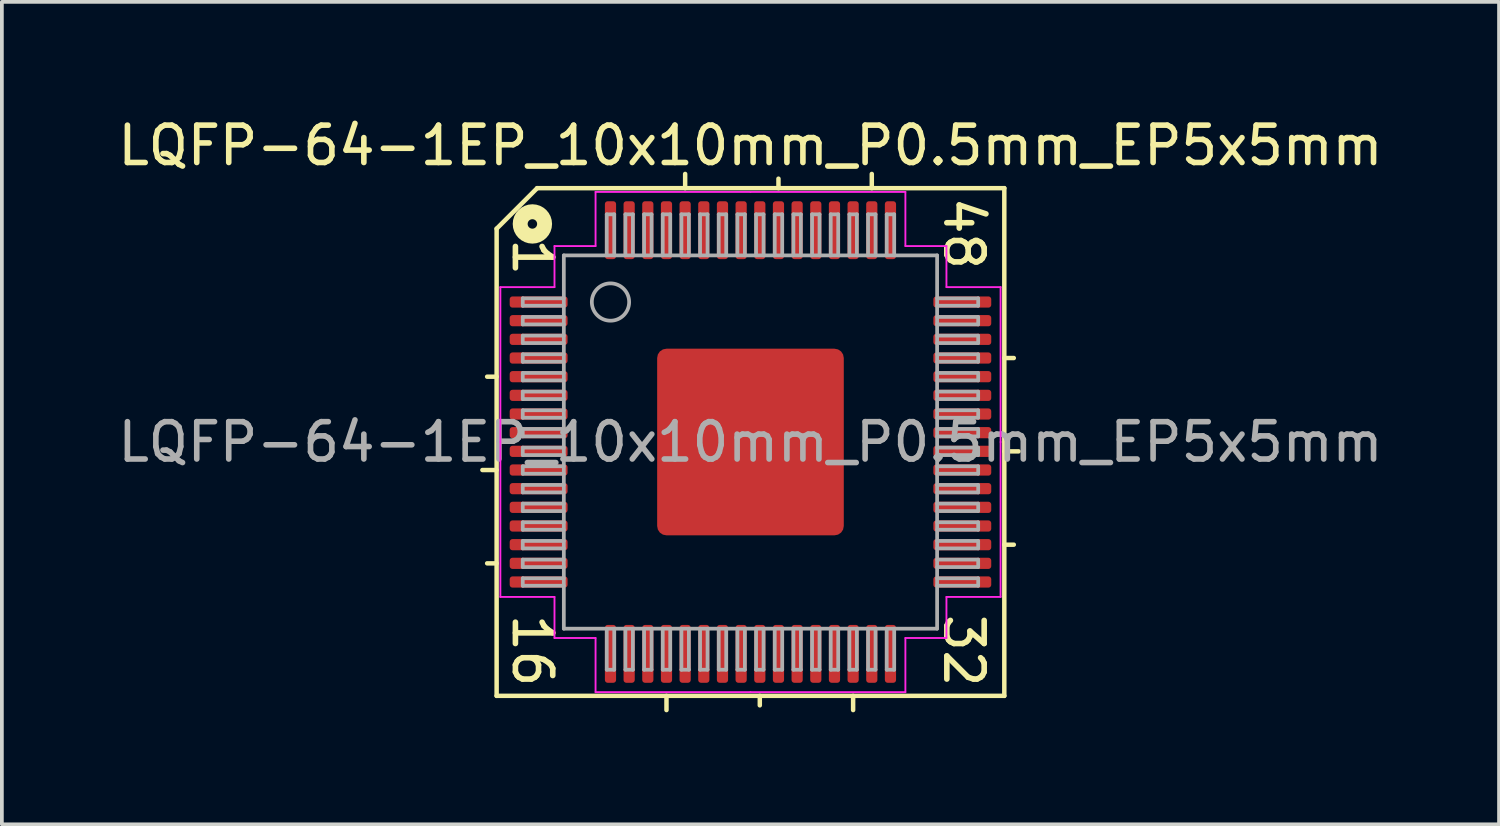
<source format=kicad_pcb>
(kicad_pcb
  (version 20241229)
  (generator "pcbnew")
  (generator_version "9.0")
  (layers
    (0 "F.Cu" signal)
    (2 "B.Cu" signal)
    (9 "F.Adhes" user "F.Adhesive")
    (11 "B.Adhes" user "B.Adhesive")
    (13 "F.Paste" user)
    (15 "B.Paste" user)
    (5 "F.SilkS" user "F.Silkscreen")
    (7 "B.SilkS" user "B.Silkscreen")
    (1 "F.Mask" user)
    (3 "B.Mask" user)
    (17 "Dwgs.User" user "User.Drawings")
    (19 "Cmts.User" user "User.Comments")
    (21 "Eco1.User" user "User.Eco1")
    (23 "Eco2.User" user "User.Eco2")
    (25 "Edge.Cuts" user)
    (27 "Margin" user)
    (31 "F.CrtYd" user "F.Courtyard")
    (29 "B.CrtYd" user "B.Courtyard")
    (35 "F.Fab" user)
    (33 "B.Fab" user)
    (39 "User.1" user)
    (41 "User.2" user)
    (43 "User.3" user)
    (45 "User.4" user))
  (footprint "LQFP-64-1EP_10x10mm_P0.5mm_EP5x5mm"
    (layer "F.Cu")
    (at 17.054 8.791)
    (property "Reference" "LQFP-64-1EP_10x10mm_P0.5mm_EP5x5mm" (at 0 -7.943 0) (layer "F.SilkS") (effects (font (size 1 1) (thickness 0.15))))
    (attr smd)
    (fp_line (start -6.8 -5.715) (end -6.8 6.8) (stroke (width 0.12) (type solid)) (layer "F.SilkS"))
    (fp_line (start -6.8 -1.75) (end -7.054 -1.75) (stroke (width 0.12) (type solid)) (layer "F.SilkS"))
    (fp_line (start -6.8 0.75) (end -7.181 0.75) (stroke (width 0.12) (type solid)) (layer "F.SilkS"))
    (fp_line (start -6.8 3.25) (end -7.054 3.25) (stroke (width 0.12) (type solid)) (layer "F.SilkS"))
    (fp_line (start -6.8 6.8) (end 6.8 6.8) (stroke (width 0.12) (type solid)) (layer "F.SilkS"))
    (fp_line (start -5.715 -6.8) (end -6.8 -5.715) (stroke (width 0.12) (type solid)) (layer "F.SilkS"))
    (fp_line (start -2.25 6.8) (end -2.25 7.181) (stroke (width 0.12) (type solid)) (layer "F.SilkS"))
    (fp_line (start -1.75 -6.8) (end -1.75 -7.181) (stroke (width 0.12) (type solid)) (layer "F.SilkS"))
    (fp_line (start 0.25 6.8) (end 0.25 7.054) (stroke (width 0.12) (type solid)) (layer "F.SilkS"))
    (fp_line (start 0.75 -6.8) (end 0.75 -7.054) (stroke (width 0.12) (type solid)) (layer "F.SilkS"))
    (fp_line (start 2.75 7.181) (end 2.75 6.8) (stroke (width 0.12) (type solid)) (layer "F.SilkS"))
    (fp_line (start 3.25 -6.8) (end 3.25 -7.181) (stroke (width 0.12) (type solid)) (layer "F.SilkS"))
    (fp_line (start 6.8 -6.8) (end -5.715 -6.8) (stroke (width 0.12) (type solid)) (layer "F.SilkS"))
    (fp_line (start 6.8 -2.25) (end 7.054 -2.25) (stroke (width 0.12) (type solid)) (layer "F.SilkS"))
    (fp_line (start 6.8 0.25) (end 7.181 0.25) (stroke (width 0.12) (type solid)) (layer "F.SilkS"))
    (fp_line (start 6.8 2.75) (end 7.054 2.75) (stroke (width 0.12) (type solid)) (layer "F.SilkS"))
    (fp_line (start 6.8 6.8) (end 6.8 -6.8) (stroke (width 0.12) (type solid)) (layer "F.SilkS"))
    (fp_circle (center -5.842 -5.842) (end -5.715 -5.842) (stroke (width 0.4) (type solid)) (fill no) (layer "F.SilkS"))
    (fp_line (start -6.7 -4.15) (end -6.7 0) (stroke (width 0.05) (type solid)) (layer "F.CrtYd"))
    (fp_line (start -6.7 4.15) (end -6.7 0) (stroke (width 0.05) (type solid)) (layer "F.CrtYd"))
    (fp_line (start -5.25 -5.25) (end -5.25 -4.15) (stroke (width 0.05) (type solid)) (layer "F.CrtYd"))
    (fp_line (start -5.25 -4.15) (end -6.7 -4.15) (stroke (width 0.05) (type solid)) (layer "F.CrtYd"))
    (fp_line (start -5.25 4.15) (end -6.7 4.15) (stroke (width 0.05) (type solid)) (layer "F.CrtYd"))
    (fp_line (start -5.25 5.25) (end -5.25 4.15) (stroke (width 0.05) (type solid)) (layer "F.CrtYd"))
    (fp_line (start -4.15 -6.7) (end -4.15 -5.25) (stroke (width 0.05) (type solid)) (layer "F.CrtYd"))
    (fp_line (start -4.15 -5.25) (end -5.25 -5.25) (stroke (width 0.05) (type solid)) (layer "F.CrtYd"))
    (fp_line (start -4.15 5.25) (end -5.25 5.25) (stroke (width 0.05) (type solid)) (layer "F.CrtYd"))
    (fp_line (start -4.15 6.7) (end -4.15 5.25) (stroke (width 0.05) (type solid)) (layer "F.CrtYd"))
    (fp_line (start 0 -6.7) (end -4.15 -6.7) (stroke (width 0.05) (type solid)) (layer "F.CrtYd"))
    (fp_line (start 0 -6.7) (end 4.15 -6.7) (stroke (width 0.05) (type solid)) (layer "F.CrtYd"))
    (fp_line (start 0 6.7) (end -4.15 6.7) (stroke (width 0.05) (type solid)) (layer "F.CrtYd"))
    (fp_line (start 0 6.7) (end 4.15 6.7) (stroke (width 0.05) (type solid)) (layer "F.CrtYd"))
    (fp_line (start 4.15 -6.7) (end 4.15 -5.25) (stroke (width 0.05) (type solid)) (layer "F.CrtYd"))
    (fp_line (start 4.15 -5.25) (end 5.25 -5.25) (stroke (width 0.05) (type solid)) (layer "F.CrtYd"))
    (fp_line (start 4.15 5.25) (end 5.25 5.25) (stroke (width 0.05) (type solid)) (layer "F.CrtYd"))
    (fp_line (start 4.15 6.7) (end 4.15 5.25) (stroke (width 0.05) (type solid)) (layer "F.CrtYd"))
    (fp_line (start 5.25 -5.25) (end 5.25 -4.15) (stroke (width 0.05) (type solid)) (layer "F.CrtYd"))
    (fp_line (start 5.25 -4.15) (end 6.7 -4.15) (stroke (width 0.05) (type solid)) (layer "F.CrtYd"))
    (fp_line (start 5.25 4.15) (end 6.7 4.15) (stroke (width 0.05) (type solid)) (layer "F.CrtYd"))
    (fp_line (start 5.25 5.25) (end 5.25 4.15) (stroke (width 0.05) (type solid)) (layer "F.CrtYd"))
    (fp_line (start 6.7 -4.15) (end 6.7 0) (stroke (width 0.05) (type solid)) (layer "F.CrtYd"))
    (fp_line (start 6.7 4.15) (end 6.7 0) (stroke (width 0.05) (type solid)) (layer "F.CrtYd"))
    (fp_line (start -6.1 -3.85) (end -6.1 -3.65) (stroke (width 0.1) (type solid)) (layer "F.Fab"))
    (fp_line (start -6.1 -3.85) (end -5 -3.85) (stroke (width 0.1) (type solid)) (layer "F.Fab"))
    (fp_line (start -6.1 -3.65) (end -5 -3.65) (stroke (width 0.1) (type solid)) (layer "F.Fab"))
    (fp_line (start -6.1 -3.35) (end -6.1 -3.15) (stroke (width 0.1) (type solid)) (layer "F.Fab"))
    (fp_line (start -6.1 -3.35) (end -5 -3.35) (stroke (width 0.1) (type solid)) (layer "F.Fab"))
    (fp_line (start -6.1 -3.15) (end -5 -3.15) (stroke (width 0.1) (type solid)) (layer "F.Fab"))
    (fp_line (start -6.1 -2.85) (end -6.1 -2.65) (stroke (width 0.1) (type solid)) (layer "F.Fab"))
    (fp_line (start -6.1 -2.85) (end -5 -2.85) (stroke (width 0.1) (type solid)) (layer "F.Fab"))
    (fp_line (start -6.1 -2.65) (end -5 -2.65) (stroke (width 0.1) (type solid)) (layer "F.Fab"))
    (fp_line (start -6.1 -2.35) (end -6.1 -2.15) (stroke (width 0.1) (type solid)) (layer "F.Fab"))
    (fp_line (start -6.1 -2.35) (end -5 -2.35) (stroke (width 0.1) (type solid)) (layer "F.Fab"))
    (fp_line (start -6.1 -2.15) (end -5 -2.15) (stroke (width 0.1) (type solid)) (layer "F.Fab"))
    (fp_line (start -6.1 -1.85) (end -6.1 -1.65) (stroke (width 0.1) (type solid)) (layer "F.Fab"))
    (fp_line (start -6.1 -1.85) (end -5 -1.85) (stroke (width 0.1) (type solid)) (layer "F.Fab"))
    (fp_line (start -6.1 -1.65) (end -5 -1.65) (stroke (width 0.1) (type solid)) (layer "F.Fab"))
    (fp_line (start -6.1 -1.35) (end -6.1 -1.15) (stroke (width 0.1) (type solid)) (layer "F.Fab"))
    (fp_line (start -6.1 -1.35) (end -5 -1.35) (stroke (width 0.1) (type solid)) (layer "F.Fab"))
    (fp_line (start -6.1 -1.15) (end -5 -1.15) (stroke (width 0.1) (type solid)) (layer "F.Fab"))
    (fp_line (start -6.1 -0.85) (end -6.1 -0.65) (stroke (width 0.1) (type solid)) (layer "F.Fab"))
    (fp_line (start -6.1 -0.85) (end -5 -0.85) (stroke (width 0.1) (type solid)) (layer "F.Fab"))
    (fp_line (start -6.1 -0.65) (end -5 -0.65) (stroke (width 0.1) (type solid)) (layer "F.Fab"))
    (fp_line (start -6.1 -0.35) (end -6.1 -0.15) (stroke (width 0.1) (type solid)) (layer "F.Fab"))
    (fp_line (start -6.1 -0.35) (end -5 -0.35) (stroke (width 0.1) (type solid)) (layer "F.Fab"))
    (fp_line (start -6.1 -0.15) (end -5 -0.15) (stroke (width 0.1) (type solid)) (layer "F.Fab"))
    (fp_line (start -6.1 0.15) (end -6.1 0.35) (stroke (width 0.1) (type solid)) (layer "F.Fab"))
    (fp_line (start -6.1 0.15) (end -5 0.15) (stroke (width 0.1) (type solid)) (layer "F.Fab"))
    (fp_line (start -6.1 0.35) (end -5 0.35) (stroke (width 0.1) (type solid)) (layer "F.Fab"))
    (fp_line (start -6.1 0.65) (end -6.1 0.85) (stroke (width 0.1) (type solid)) (layer "F.Fab"))
    (fp_line (start -6.1 0.65) (end -5 0.65) (stroke (width 0.1) (type solid)) (layer "F.Fab"))
    (fp_line (start -6.1 0.85) (end -5 0.85) (stroke (width 0.1) (type solid)) (layer "F.Fab"))
    (fp_line (start -6.1 1.15) (end -6.1 1.35) (stroke (width 0.1) (type solid)) (layer "F.Fab"))
    (fp_line (start -6.1 1.15) (end -5 1.15) (stroke (width 0.1) (type solid)) (layer "F.Fab"))
    (fp_line (start -6.1 1.35) (end -5 1.35) (stroke (width 0.1) (type solid)) (layer "F.Fab"))
    (fp_line (start -6.1 1.65) (end -6.1 1.85) (stroke (width 0.1) (type solid)) (layer "F.Fab"))
    (fp_line (start -6.1 1.65) (end -5 1.65) (stroke (width 0.1) (type solid)) (layer "F.Fab"))
    (fp_line (start -6.1 1.85) (end -5 1.85) (stroke (width 0.1) (type solid)) (layer "F.Fab"))
    (fp_line (start -6.1 2.15) (end -6.1 2.35) (stroke (width 0.1) (type solid)) (layer "F.Fab"))
    (fp_line (start -6.1 2.15) (end -5 2.15) (stroke (width 0.1) (type solid)) (layer "F.Fab"))
    (fp_line (start -6.1 2.35) (end -5 2.35) (stroke (width 0.1) (type solid)) (layer "F.Fab"))
    (fp_line (start -6.1 2.65) (end -6.1 2.85) (stroke (width 0.1) (type solid)) (layer "F.Fab"))
    (fp_line (start -6.1 2.65) (end -5 2.65) (stroke (width 0.1) (type solid)) (layer "F.Fab"))
    (fp_line (start -6.1 2.85) (end -5 2.85) (stroke (width 0.1) (type solid)) (layer "F.Fab"))
    (fp_line (start -6.1 3.15) (end -6.1 3.35) (stroke (width 0.1) (type solid)) (layer "F.Fab"))
    (fp_line (start -6.1 3.15) (end -5 3.15) (stroke (width 0.1) (type solid)) (layer "F.Fab"))
    (fp_line (start -6.1 3.35) (end -5 3.35) (stroke (width 0.1) (type solid)) (layer "F.Fab"))
    (fp_line (start -6.1 3.65) (end -6.1 3.85) (stroke (width 0.1) (type solid)) (layer "F.Fab"))
    (fp_line (start -6.1 3.65) (end -5 3.65) (stroke (width 0.1) (type solid)) (layer "F.Fab"))
    (fp_line (start -6.1 3.85) (end -5 3.85) (stroke (width 0.1) (type solid)) (layer "F.Fab"))
    (fp_line (start -5 -5) (end 5 -5) (stroke (width 0.1) (type solid)) (layer "F.Fab"))
    (fp_line (start -5 5) (end -5 -5) (stroke (width 0.1) (type solid)) (layer "F.Fab"))
    (fp_line (start -3.85 -6.1) (end -3.85 -5) (stroke (width 0.1) (type solid)) (layer "F.Fab"))
    (fp_line (start -3.85 6.1) (end -3.85 5) (stroke (width 0.1) (type solid)) (layer "F.Fab"))
    (fp_line (start -3.85 6.1) (end -3.65 6.1) (stroke (width 0.1) (type solid)) (layer "F.Fab"))
    (fp_line (start -3.65 -6.1) (end -3.85 -6.1) (stroke (width 0.1) (type solid)) (layer "F.Fab"))
    (fp_line (start -3.65 -6.1) (end -3.65 -5) (stroke (width 0.1) (type solid)) (layer "F.Fab"))
    (fp_line (start -3.65 6.1) (end -3.65 5) (stroke (width 0.1) (type solid)) (layer "F.Fab"))
    (fp_line (start -3.35 -6.1) (end -3.35 -5) (stroke (width 0.1) (type solid)) (layer "F.Fab"))
    (fp_line (start -3.35 6.1) (end -3.35 5) (stroke (width 0.1) (type solid)) (layer "F.Fab"))
    (fp_line (start -3.35 6.1) (end -3.15 6.1) (stroke (width 0.1) (type solid)) (layer "F.Fab"))
    (fp_line (start -3.15 -6.1) (end -3.35 -6.1) (stroke (width 0.1) (type solid)) (layer "F.Fab"))
    (fp_line (start -3.15 -6.1) (end -3.15 -5) (stroke (width 0.1) (type solid)) (layer "F.Fab"))
    (fp_line (start -3.15 6.1) (end -3.15 5) (stroke (width 0.1) (type solid)) (layer "F.Fab"))
    (fp_line (start -2.85 -6.1) (end -2.85 -5) (stroke (width 0.1) (type solid)) (layer "F.Fab"))
    (fp_line (start -2.85 6.1) (end -2.85 5) (stroke (width 0.1) (type solid)) (layer "F.Fab"))
    (fp_line (start -2.85 6.1) (end -2.65 6.1) (stroke (width 0.1) (type solid)) (layer "F.Fab"))
    (fp_line (start -2.65 -6.1) (end -2.85 -6.1) (stroke (width 0.1) (type solid)) (layer "F.Fab"))
    (fp_line (start -2.65 -6.1) (end -2.65 -5) (stroke (width 0.1) (type solid)) (layer "F.Fab"))
    (fp_line (start -2.65 6.1) (end -2.65 5) (stroke (width 0.1) (type solid)) (layer "F.Fab"))
    (fp_line (start -2.35 -6.1) (end -2.35 -5) (stroke (width 0.1) (type solid)) (layer "F.Fab"))
    (fp_line (start -2.35 6.1) (end -2.35 5) (stroke (width 0.1) (type solid)) (layer "F.Fab"))
    (fp_line (start -2.35 6.1) (end -2.15 6.1) (stroke (width 0.1) (type solid)) (layer "F.Fab"))
    (fp_line (start -2.15 -6.1) (end -2.35 -6.1) (stroke (width 0.1) (type solid)) (layer "F.Fab"))
    (fp_line (start -2.15 -6.1) (end -2.15 -5) (stroke (width 0.1) (type solid)) (layer "F.Fab"))
    (fp_line (start -2.15 6.1) (end -2.15 5) (stroke (width 0.1) (type solid)) (layer "F.Fab"))
    (fp_line (start -1.85 -6.1) (end -1.85 -5) (stroke (width 0.1) (type solid)) (layer "F.Fab"))
    (fp_line (start -1.85 6.1) (end -1.85 5) (stroke (width 0.1) (type solid)) (layer "F.Fab"))
    (fp_line (start -1.85 6.1) (end -1.65 6.1) (stroke (width 0.1) (type solid)) (layer "F.Fab"))
    (fp_line (start -1.65 -6.1) (end -1.85 -6.1) (stroke (width 0.1) (type solid)) (layer "F.Fab"))
    (fp_line (start -1.65 -6.1) (end -1.65 -5) (stroke (width 0.1) (type solid)) (layer "F.Fab"))
    (fp_line (start -1.65 6.1) (end -1.65 5) (stroke (width 0.1) (type solid)) (layer "F.Fab"))
    (fp_line (start -1.35 -6.1) (end -1.35 -5) (stroke (width 0.1) (type solid)) (layer "F.Fab"))
    (fp_line (start -1.35 6.1) (end -1.35 5) (stroke (width 0.1) (type solid)) (layer "F.Fab"))
    (fp_line (start -1.35 6.1) (end -1.15 6.1) (stroke (width 0.1) (type solid)) (layer "F.Fab"))
    (fp_line (start -1.15 -6.1) (end -1.35 -6.1) (stroke (width 0.1) (type solid)) (layer "F.Fab"))
    (fp_line (start -1.15 -6.1) (end -1.15 -5) (stroke (width 0.1) (type solid)) (layer "F.Fab"))
    (fp_line (start -1.15 6.1) (end -1.15 5) (stroke (width 0.1) (type solid)) (layer "F.Fab"))
    (fp_line (start -0.85 -6.1) (end -0.85 -5) (stroke (width 0.1) (type solid)) (layer "F.Fab"))
    (fp_line (start -0.85 6.1) (end -0.85 5) (stroke (width 0.1) (type solid)) (layer "F.Fab"))
    (fp_line (start -0.85 6.1) (end -0.65 6.1) (stroke (width 0.1) (type solid)) (layer "F.Fab"))
    (fp_line (start -0.65 -6.1) (end -0.85 -6.1) (stroke (width 0.1) (type solid)) (layer "F.Fab"))
    (fp_line (start -0.65 -6.1) (end -0.65 -5) (stroke (width 0.1) (type solid)) (layer "F.Fab"))
    (fp_line (start -0.65 6.1) (end -0.65 5) (stroke (width 0.1) (type solid)) (layer "F.Fab"))
    (fp_line (start -0.35 -6.1) (end -0.35 -5) (stroke (width 0.1) (type solid)) (layer "F.Fab"))
    (fp_line (start -0.35 6.1) (end -0.35 5) (stroke (width 0.1) (type solid)) (layer "F.Fab"))
    (fp_line (start -0.35 6.1) (end -0.15 6.1) (stroke (width 0.1) (type solid)) (layer "F.Fab"))
    (fp_line (start -0.15 -6.1) (end -0.35 -6.1) (stroke (width 0.1) (type solid)) (layer "F.Fab"))
    (fp_line (start -0.15 -6.1) (end -0.15 -5) (stroke (width 0.1) (type solid)) (layer "F.Fab"))
    (fp_line (start -0.15 6.1) (end -0.15 5) (stroke (width 0.1) (type solid)) (layer "F.Fab"))
    (fp_line (start 0.15 -6.1) (end 0.15 -5) (stroke (width 0.1) (type solid)) (layer "F.Fab"))
    (fp_line (start 0.15 6.1) (end 0.15 5) (stroke (width 0.1) (type solid)) (layer "F.Fab"))
    (fp_line (start 0.15 6.1) (end 0.35 6.1) (stroke (width 0.1) (type solid)) (layer "F.Fab"))
    (fp_line (start 0.35 -6.1) (end 0.15 -6.1) (stroke (width 0.1) (type solid)) (layer "F.Fab"))
    (fp_line (start 0.35 -6.1) (end 0.35 -5) (stroke (width 0.1) (type solid)) (layer "F.Fab"))
    (fp_line (start 0.35 6.1) (end 0.35 5) (stroke (width 0.1) (type solid)) (layer "F.Fab"))
    (fp_line (start 0.65 -6.1) (end 0.65 -5) (stroke (width 0.1) (type solid)) (layer "F.Fab"))
    (fp_line (start 0.65 6.1) (end 0.65 5) (stroke (width 0.1) (type solid)) (layer "F.Fab"))
    (fp_line (start 0.65 6.1) (end 0.85 6.1) (stroke (width 0.1) (type solid)) (layer "F.Fab"))
    (fp_line (start 0.85 -6.1) (end 0.65 -6.1) (stroke (width 0.1) (type solid)) (layer "F.Fab"))
    (fp_line (start 0.85 -6.1) (end 0.85 -5) (stroke (width 0.1) (type solid)) (layer "F.Fab"))
    (fp_line (start 0.85 6.1) (end 0.85 5) (stroke (width 0.1) (type solid)) (layer "F.Fab"))
    (fp_line (start 1.15 -6.1) (end 1.15 -5) (stroke (width 0.1) (type solid)) (layer "F.Fab"))
    (fp_line (start 1.15 6.1) (end 1.15 5) (stroke (width 0.1) (type solid)) (layer "F.Fab"))
    (fp_line (start 1.15 6.1) (end 1.35 6.1) (stroke (width 0.1) (type solid)) (layer "F.Fab"))
    (fp_line (start 1.35 -6.1) (end 1.15 -6.1) (stroke (width 0.1) (type solid)) (layer "F.Fab"))
    (fp_line (start 1.35 -6.1) (end 1.35 -5) (stroke (width 0.1) (type solid)) (layer "F.Fab"))
    (fp_line (start 1.35 6.1) (end 1.35 5) (stroke (width 0.1) (type solid)) (layer "F.Fab"))
    (fp_line (start 1.65 -6.1) (end 1.65 -5) (stroke (width 0.1) (type solid)) (layer "F.Fab"))
    (fp_line (start 1.65 6.1) (end 1.65 5) (stroke (width 0.1) (type solid)) (layer "F.Fab"))
    (fp_line (start 1.65 6.1) (end 1.85 6.1) (stroke (width 0.1) (type solid)) (layer "F.Fab"))
    (fp_line (start 1.85 -6.1) (end 1.65 -6.1) (stroke (width 0.1) (type solid)) (layer "F.Fab"))
    (fp_line (start 1.85 -6.1) (end 1.85 -5) (stroke (width 0.1) (type solid)) (layer "F.Fab"))
    (fp_line (start 1.85 6.1) (end 1.85 5) (stroke (width 0.1) (type solid)) (layer "F.Fab"))
    (fp_line (start 2.15 -6.1) (end 2.15 -5) (stroke (width 0.1) (type solid)) (layer "F.Fab"))
    (fp_line (start 2.15 6.1) (end 2.15 5) (stroke (width 0.1) (type solid)) (layer "F.Fab"))
    (fp_line (start 2.15 6.1) (end 2.35 6.1) (stroke (width 0.1) (type solid)) (layer "F.Fab"))
    (fp_line (start 2.35 -6.1) (end 2.15 -6.1) (stroke (width 0.1) (type solid)) (layer "F.Fab"))
    (fp_line (start 2.35 -6.1) (end 2.35 -5) (stroke (width 0.1) (type solid)) (layer "F.Fab"))
    (fp_line (start 2.35 6.1) (end 2.35 5) (stroke (width 0.1) (type solid)) (layer "F.Fab"))
    (fp_line (start 2.65 -6.1) (end 2.65 -5) (stroke (width 0.1) (type solid)) (layer "F.Fab"))
    (fp_line (start 2.65 6.1) (end 2.65 5) (stroke (width 0.1) (type solid)) (layer "F.Fab"))
    (fp_line (start 2.65 6.1) (end 2.85 6.1) (stroke (width 0.1) (type solid)) (layer "F.Fab"))
    (fp_line (start 2.85 -6.1) (end 2.65 -6.1) (stroke (width 0.1) (type solid)) (layer "F.Fab"))
    (fp_line (start 2.85 -6.1) (end 2.85 -5) (stroke (width 0.1) (type solid)) (layer "F.Fab"))
    (fp_line (start 2.85 6.1) (end 2.85 5) (stroke (width 0.1) (type solid)) (layer "F.Fab"))
    (fp_line (start 3.15 -6.1) (end 3.15 -5) (stroke (width 0.1) (type solid)) (layer "F.Fab"))
    (fp_line (start 3.15 6.1) (end 3.15 5) (stroke (width 0.1) (type solid)) (layer "F.Fab"))
    (fp_line (start 3.15 6.1) (end 3.35 6.1) (stroke (width 0.1) (type solid)) (layer "F.Fab"))
    (fp_line (start 3.35 -6.1) (end 3.15 -6.1) (stroke (width 0.1) (type solid)) (layer "F.Fab"))
    (fp_line (start 3.35 -6.1) (end 3.35 -5) (stroke (width 0.1) (type solid)) (layer "F.Fab"))
    (fp_line (start 3.35 6.1) (end 3.35 5) (stroke (width 0.1) (type solid)) (layer "F.Fab"))
    (fp_line (start 3.65 -6.1) (end 3.65 -5) (stroke (width 0.1) (type solid)) (layer "F.Fab"))
    (fp_line (start 3.65 6.1) (end 3.65 5) (stroke (width 0.1) (type solid)) (layer "F.Fab"))
    (fp_line (start 3.65 6.1) (end 3.85 6.1) (stroke (width 0.1) (type solid)) (layer "F.Fab"))
    (fp_line (start 3.85 -6.1) (end 3.65 -6.1) (stroke (width 0.1) (type solid)) (layer "F.Fab"))
    (fp_line (start 3.85 -6.1) (end 3.85 -5) (stroke (width 0.1) (type solid)) (layer "F.Fab"))
    (fp_line (start 3.85 6.1) (end 3.85 5) (stroke (width 0.1) (type solid)) (layer "F.Fab"))
    (fp_line (start 5 -5) (end 5 5) (stroke (width 0.1) (type solid)) (layer "F.Fab"))
    (fp_line (start 5 5) (end -5 5) (stroke (width 0.1) (type solid)) (layer "F.Fab"))
    (fp_line (start 6.1 -3.85) (end 5 -3.85) (stroke (width 0.1) (type solid)) (layer "F.Fab"))
    (fp_line (start 6.1 -3.65) (end 5 -3.65) (stroke (width 0.1) (type solid)) (layer "F.Fab"))
    (fp_line (start 6.1 -3.65) (end 6.1 -3.85) (stroke (width 0.1) (type solid)) (layer "F.Fab"))
    (fp_line (start 6.1 -3.35) (end 5 -3.35) (stroke (width 0.1) (type solid)) (layer "F.Fab"))
    (fp_line (start 6.1 -3.15) (end 5 -3.15) (stroke (width 0.1) (type solid)) (layer "F.Fab"))
    (fp_line (start 6.1 -3.15) (end 6.1 -3.35) (stroke (width 0.1) (type solid)) (layer "F.Fab"))
    (fp_line (start 6.1 -2.85) (end 5 -2.85) (stroke (width 0.1) (type solid)) (layer "F.Fab"))
    (fp_line (start 6.1 -2.65) (end 5 -2.65) (stroke (width 0.1) (type solid)) (layer "F.Fab"))
    (fp_line (start 6.1 -2.65) (end 6.1 -2.85) (stroke (width 0.1) (type solid)) (layer "F.Fab"))
    (fp_line (start 6.1 -2.35) (end 5 -2.35) (stroke (width 0.1) (type solid)) (layer "F.Fab"))
    (fp_line (start 6.1 -2.15) (end 5 -2.15) (stroke (width 0.1) (type solid)) (layer "F.Fab"))
    (fp_line (start 6.1 -2.15) (end 6.1 -2.35) (stroke (width 0.1) (type solid)) (layer "F.Fab"))
    (fp_line (start 6.1 -1.85) (end 5 -1.85) (stroke (width 0.1) (type solid)) (layer "F.Fab"))
    (fp_line (start 6.1 -1.65) (end 5 -1.65) (stroke (width 0.1) (type solid)) (layer "F.Fab"))
    (fp_line (start 6.1 -1.65) (end 6.1 -1.85) (stroke (width 0.1) (type solid)) (layer "F.Fab"))
    (fp_line (start 6.1 -1.35) (end 5 -1.35) (stroke (width 0.1) (type solid)) (layer "F.Fab"))
    (fp_line (start 6.1 -1.15) (end 5 -1.15) (stroke (width 0.1) (type solid)) (layer "F.Fab"))
    (fp_line (start 6.1 -1.15) (end 6.1 -1.35) (stroke (width 0.1) (type solid)) (layer "F.Fab"))
    (fp_line (start 6.1 -0.85) (end 5 -0.85) (stroke (width 0.1) (type solid)) (layer "F.Fab"))
    (fp_line (start 6.1 -0.65) (end 5 -0.65) (stroke (width 0.1) (type solid)) (layer "F.Fab"))
    (fp_line (start 6.1 -0.65) (end 6.1 -0.85) (stroke (width 0.1) (type solid)) (layer "F.Fab"))
    (fp_line (start 6.1 -0.35) (end 5 -0.35) (stroke (width 0.1) (type solid)) (layer "F.Fab"))
    (fp_line (start 6.1 -0.15) (end 5 -0.15) (stroke (width 0.1) (type solid)) (layer "F.Fab"))
    (fp_line (start 6.1 -0.15) (end 6.1 -0.35) (stroke (width 0.1) (type solid)) (layer "F.Fab"))
    (fp_line (start 6.1 0.15) (end 5 0.15) (stroke (width 0.1) (type solid)) (layer "F.Fab"))
    (fp_line (start 6.1 0.35) (end 5 0.35) (stroke (width 0.1) (type solid)) (layer "F.Fab"))
    (fp_line (start 6.1 0.35) (end 6.1 0.15) (stroke (width 0.1) (type solid)) (layer "F.Fab"))
    (fp_line (start 6.1 0.65) (end 5 0.65) (stroke (width 0.1) (type solid)) (layer "F.Fab"))
    (fp_line (start 6.1 0.85) (end 5 0.85) (stroke (width 0.1) (type solid)) (layer "F.Fab"))
    (fp_line (start 6.1 0.85) (end 6.1 0.65) (stroke (width 0.1) (type solid)) (layer "F.Fab"))
    (fp_line (start 6.1 1.15) (end 5 1.15) (stroke (width 0.1) (type solid)) (layer "F.Fab"))
    (fp_line (start 6.1 1.35) (end 5 1.35) (stroke (width 0.1) (type solid)) (layer "F.Fab"))
    (fp_line (start 6.1 1.35) (end 6.1 1.15) (stroke (width 0.1) (type solid)) (layer "F.Fab"))
    (fp_line (start 6.1 1.65) (end 5 1.65) (stroke (width 0.1) (type solid)) (layer "F.Fab"))
    (fp_line (start 6.1 1.85) (end 5 1.85) (stroke (width 0.1) (type solid)) (layer "F.Fab"))
    (fp_line (start 6.1 1.85) (end 6.1 1.65) (stroke (width 0.1) (type solid)) (layer "F.Fab"))
    (fp_line (start 6.1 2.15) (end 5 2.15) (stroke (width 0.1) (type solid)) (layer "F.Fab"))
    (fp_line (start 6.1 2.35) (end 5 2.35) (stroke (width 0.1) (type solid)) (layer "F.Fab"))
    (fp_line (start 6.1 2.35) (end 6.1 2.15) (stroke (width 0.1) (type solid)) (layer "F.Fab"))
    (fp_line (start 6.1 2.65) (end 5 2.65) (stroke (width 0.1) (type solid)) (layer "F.Fab"))
    (fp_line (start 6.1 2.85) (end 5 2.85) (stroke (width 0.1) (type solid)) (layer "F.Fab"))
    (fp_line (start 6.1 2.85) (end 6.1 2.65) (stroke (width 0.1) (type solid)) (layer "F.Fab"))
    (fp_line (start 6.1 3.15) (end 5 3.15) (stroke (width 0.1) (type solid)) (layer "F.Fab"))
    (fp_line (start 6.1 3.35) (end 5 3.35) (stroke (width 0.1) (type solid)) (layer "F.Fab"))
    (fp_line (start 6.1 3.35) (end 6.1 3.15) (stroke (width 0.1) (type solid)) (layer "F.Fab"))
    (fp_line (start 6.1 3.65) (end 5 3.65) (stroke (width 0.1) (type solid)) (layer "F.Fab"))
    (fp_line (start 6.1 3.85) (end 5 3.85) (stroke (width 0.1) (type solid)) (layer "F.Fab"))
    (fp_line (start 6.1 3.85) (end 6.1 3.65) (stroke (width 0.1) (type solid)) (layer "F.Fab"))
    (fp_circle (center -3.75 -3.75) (end -3.25 -3.75) (stroke (width 0.1) (type solid)) (fill no) (layer "F.Fab"))
    (fp_text user "32" (at 5.715 5.588 270) (unlocked yes) (layer "F.SilkS") (effects (font (size 1 1) (thickness 0.15))))
    (fp_text user "1" (at -5.842 -4.953 270) (unlocked yes) (layer "F.SilkS") (effects (font (size 1 1) (thickness 0.15))))
    (fp_text user "48" (at 5.715 -5.588 270) (unlocked yes) (layer "F.SilkS") (effects (font (size 1 1) (thickness 0.15))))
    (fp_text user "16" (at -5.842 5.588 270) (unlocked yes) (layer "F.SilkS") (effects (font (size 1 1) (thickness 0.15))))
    (fp_text user "${REFERENCE}" (at 0 0 0) (layer "F.Fab") (effects (font (size 1 1) (thickness 0.15))))
    (pad "" smd roundrect (at -2 -2) (size 0.81 0.81) (layers "F.Paste") (roundrect_rratio 0.25))
    (pad "" smd roundrect (at -2 -1) (size 0.81 0.81) (layers "F.Paste") (roundrect_rratio 0.25))
    (pad "" smd roundrect (at -2 0) (size 0.81 0.81) (layers "F.Paste") (roundrect_rratio 0.25))
    (pad "" smd roundrect (at -2 1) (size 0.81 0.81) (layers "F.Paste") (roundrect_rratio 0.25))
    (pad "" smd roundrect (at -2 2) (size 0.81 0.81) (layers "F.Paste") (roundrect_rratio 0.25))
    (pad "" smd roundrect (at -1 -2) (size 0.81 0.81) (layers "F.Paste") (roundrect_rratio 0.25))
    (pad "" smd roundrect (at -1 -1) (size 0.81 0.81) (layers "F.Paste") (roundrect_rratio 0.25))
    (pad "" smd roundrect (at -1 0) (size 0.81 0.81) (layers "F.Paste") (roundrect_rratio 0.25))
    (pad "" smd roundrect (at -1 1) (size 0.81 0.81) (layers "F.Paste") (roundrect_rratio 0.25))
    (pad "" smd roundrect (at -1 2) (size 0.81 0.81) (layers "F.Paste") (roundrect_rratio 0.25))
    (pad "" smd roundrect (at 0 -2) (size 0.81 0.81) (layers "F.Paste") (roundrect_rratio 0.25))
    (pad "" smd roundrect (at 0 -1) (size 0.81 0.81) (layers "F.Paste") (roundrect_rratio 0.25))
    (pad "" smd roundrect (at 0 0) (size 0.81 0.81) (layers "F.Paste") (roundrect_rratio 0.25))
    (pad "" smd roundrect (at 0 1) (size 0.81 0.81) (layers "F.Paste") (roundrect_rratio 0.25))
    (pad "" smd roundrect (at 0 2) (size 0.81 0.81) (layers "F.Paste") (roundrect_rratio 0.25))
    (pad "" smd roundrect (at 1 -2) (size 0.81 0.81) (layers "F.Paste") (roundrect_rratio 0.25))
    (pad "" smd roundrect (at 1 -1) (size 0.81 0.81) (layers "F.Paste") (roundrect_rratio 0.25))
    (pad "" smd roundrect (at 1 0) (size 0.81 0.81) (layers "F.Paste") (roundrect_rratio 0.25))
    (pad "" smd roundrect (at 1 1) (size 0.81 0.81) (layers "F.Paste") (roundrect_rratio 0.25))
    (pad "" smd roundrect (at 1 2) (size 0.81 0.81) (layers "F.Paste") (roundrect_rratio 0.25))
    (pad "" smd roundrect (at 2 -2) (size 0.81 0.81) (layers "F.Paste") (roundrect_rratio 0.25))
    (pad "" smd roundrect (at 2 -1) (size 0.81 0.81) (layers "F.Paste") (roundrect_rratio 0.25))
    (pad "" smd roundrect (at 2 0) (size 0.81 0.81) (layers "F.Paste") (roundrect_rratio 0.25))
    (pad "" smd roundrect (at 2 1) (size 0.81 0.81) (layers "F.Paste") (roundrect_rratio 0.25))
    (pad "" smd roundrect (at 2 2) (size 0.81 0.81) (layers "F.Paste") (roundrect_rratio 0.25))
    (pad "1" smd roundrect (at -5.675 -3.75) (size 1.55 0.3) (layers "F.Cu" "F.Mask" "F.Paste") (roundrect_rratio 0.25))
    (pad "2" smd roundrect (at -5.675 -3.25) (size 1.55 0.3) (layers "F.Cu" "F.Mask" "F.Paste") (roundrect_rratio 0.25))
    (pad "3" smd roundrect (at -5.675 -2.75) (size 1.55 0.3) (layers "F.Cu" "F.Mask" "F.Paste") (roundrect_rratio 0.25))
    (pad "4" smd roundrect (at -5.675 -2.25) (size 1.55 0.3) (layers "F.Cu" "F.Mask" "F.Paste") (roundrect_rratio 0.25))
    (pad "5" smd roundrect (at -5.675 -1.75) (size 1.55 0.3) (layers "F.Cu" "F.Mask" "F.Paste") (roundrect_rratio 0.25))
    (pad "6" smd roundrect (at -5.675 -1.25) (size 1.55 0.3) (layers "F.Cu" "F.Mask" "F.Paste") (roundrect_rratio 0.25))
    (pad "7" smd roundrect (at -5.675 -0.75) (size 1.55 0.3) (layers "F.Cu" "F.Mask" "F.Paste") (roundrect_rratio 0.25))
    (pad "8" smd roundrect (at -5.675 -0.25) (size 1.55 0.3) (layers "F.Cu" "F.Mask" "F.Paste") (roundrect_rratio 0.25))
    (pad "9" smd roundrect (at -5.675 0.25) (size 1.55 0.3) (layers "F.Cu" "F.Mask" "F.Paste") (roundrect_rratio 0.25))
    (pad "10" smd roundrect (at -5.675 0.75) (size 1.55 0.3) (layers "F.Cu" "F.Mask" "F.Paste") (roundrect_rratio 0.25))
    (pad "11" smd roundrect (at -5.675 1.25) (size 1.55 0.3) (layers "F.Cu" "F.Mask" "F.Paste") (roundrect_rratio 0.25))
    (pad "12" smd roundrect (at -5.675 1.75) (size 1.55 0.3) (layers "F.Cu" "F.Mask" "F.Paste") (roundrect_rratio 0.25))
    (pad "13" smd roundrect (at -5.675 2.25) (size 1.55 0.3) (layers "F.Cu" "F.Mask" "F.Paste") (roundrect_rratio 0.25))
    (pad "14" smd roundrect (at -5.675 2.75) (size 1.55 0.3) (layers "F.Cu" "F.Mask" "F.Paste") (roundrect_rratio 0.25))
    (pad "15" smd roundrect (at -5.675 3.25) (size 1.55 0.3) (layers "F.Cu" "F.Mask" "F.Paste") (roundrect_rratio 0.25))
    (pad "16" smd roundrect (at -5.675 3.75) (size 1.55 0.3) (layers "F.Cu" "F.Mask" "F.Paste") (roundrect_rratio 0.25))
    (pad "17" smd roundrect (at -3.75 5.675) (size 0.3 1.55) (layers "F.Cu" "F.Mask" "F.Paste") (roundrect_rratio 0.25))
    (pad "18" smd roundrect (at -3.25 5.675) (size 0.3 1.55) (layers "F.Cu" "F.Mask" "F.Paste") (roundrect_rratio 0.25))
    (pad "19" smd roundrect (at -2.75 5.675) (size 0.3 1.55) (layers "F.Cu" "F.Mask" "F.Paste") (roundrect_rratio 0.25))
    (pad "20" smd roundrect (at -2.25 5.675) (size 0.3 1.55) (layers "F.Cu" "F.Mask" "F.Paste") (roundrect_rratio 0.25))
    (pad "21" smd roundrect (at -1.75 5.675) (size 0.3 1.55) (layers "F.Cu" "F.Mask" "F.Paste") (roundrect_rratio 0.25))
    (pad "22" smd roundrect (at -1.25 5.675) (size 0.3 1.55) (layers "F.Cu" "F.Mask" "F.Paste") (roundrect_rratio 0.25))
    (pad "23" smd roundrect (at -0.75 5.675) (size 0.3 1.55) (layers "F.Cu" "F.Mask" "F.Paste") (roundrect_rratio 0.25))
    (pad "24" smd roundrect (at -0.25 5.675) (size 0.3 1.55) (layers "F.Cu" "F.Mask" "F.Paste") (roundrect_rratio 0.25))
    (pad "25" smd roundrect (at 0.25 5.675) (size 0.3 1.55) (layers "F.Cu" "F.Mask" "F.Paste") (roundrect_rratio 0.25))
    (pad "26" smd roundrect (at 0.75 5.675) (size 0.3 1.55) (layers "F.Cu" "F.Mask" "F.Paste") (roundrect_rratio 0.25))
    (pad "27" smd roundrect (at 1.25 5.675) (size 0.3 1.55) (layers "F.Cu" "F.Mask" "F.Paste") (roundrect_rratio 0.25))
    (pad "28" smd roundrect (at 1.75 5.675) (size 0.3 1.55) (layers "F.Cu" "F.Mask" "F.Paste") (roundrect_rratio 0.25))
    (pad "29" smd roundrect (at 2.25 5.675) (size 0.3 1.55) (layers "F.Cu" "F.Mask" "F.Paste") (roundrect_rratio 0.25))
    (pad "30" smd roundrect (at 2.75 5.675) (size 0.3 1.55) (layers "F.Cu" "F.Mask" "F.Paste") (roundrect_rratio 0.25))
    (pad "31" smd roundrect (at 3.25 5.675) (size 0.3 1.55) (layers "F.Cu" "F.Mask" "F.Paste") (roundrect_rratio 0.25))
    (pad "32" smd roundrect (at 3.75 5.675) (size 0.3 1.55) (layers "F.Cu" "F.Mask" "F.Paste") (roundrect_rratio 0.25))
    (pad "33" smd roundrect (at 5.675 3.75) (size 1.55 0.3) (layers "F.Cu" "F.Mask" "F.Paste") (roundrect_rratio 0.25))
    (pad "34" smd roundrect (at 5.675 3.25) (size 1.55 0.3) (layers "F.Cu" "F.Mask" "F.Paste") (roundrect_rratio 0.25))
    (pad "35" smd roundrect (at 5.675 2.75) (size 1.55 0.3) (layers "F.Cu" "F.Mask" "F.Paste") (roundrect_rratio 0.25))
    (pad "36" smd roundrect (at 5.675 2.25) (size 1.55 0.3) (layers "F.Cu" "F.Mask" "F.Paste") (roundrect_rratio 0.25))
    (pad "37" smd roundrect (at 5.675 1.75) (size 1.55 0.3) (layers "F.Cu" "F.Mask" "F.Paste") (roundrect_rratio 0.25))
    (pad "38" smd roundrect (at 5.675 1.25) (size 1.55 0.3) (layers "F.Cu" "F.Mask" "F.Paste") (roundrect_rratio 0.25))
    (pad "39" smd roundrect (at 5.675 0.75) (size 1.55 0.3) (layers "F.Cu" "F.Mask" "F.Paste") (roundrect_rratio 0.25))
    (pad "40" smd roundrect (at 5.675 0.25) (size 1.55 0.3) (layers "F.Cu" "F.Mask" "F.Paste") (roundrect_rratio 0.25))
    (pad "41" smd roundrect (at 5.675 -0.25) (size 1.55 0.3) (layers "F.Cu" "F.Mask" "F.Paste") (roundrect_rratio 0.25))
    (pad "42" smd roundrect (at 5.675 -0.75) (size 1.55 0.3) (layers "F.Cu" "F.Mask" "F.Paste") (roundrect_rratio 0.25))
    (pad "43" smd roundrect (at 5.675 -1.25) (size 1.55 0.3) (layers "F.Cu" "F.Mask" "F.Paste") (roundrect_rratio 0.25))
    (pad "44" smd roundrect (at 5.675 -1.75) (size 1.55 0.3) (layers "F.Cu" "F.Mask" "F.Paste") (roundrect_rratio 0.25))
    (pad "45" smd roundrect (at 5.675 -2.25) (size 1.55 0.3) (layers "F.Cu" "F.Mask" "F.Paste") (roundrect_rratio 0.25))
    (pad "46" smd roundrect (at 5.675 -2.75) (size 1.55 0.3) (layers "F.Cu" "F.Mask" "F.Paste") (roundrect_rratio 0.25))
    (pad "47" smd roundrect (at 5.675 -3.25) (size 1.55 0.3) (layers "F.Cu" "F.Mask" "F.Paste") (roundrect_rratio 0.25))
    (pad "48" smd roundrect (at 5.675 -3.75) (size 1.55 0.3) (layers "F.Cu" "F.Mask" "F.Paste") (roundrect_rratio 0.25))
    (pad "49" smd roundrect (at 3.75 -5.675) (size 0.3 1.55) (layers "F.Cu" "F.Mask" "F.Paste") (roundrect_rratio 0.25))
    (pad "50" smd roundrect (at 3.25 -5.675) (size 0.3 1.55) (layers "F.Cu" "F.Mask" "F.Paste") (roundrect_rratio 0.25))
    (pad "51" smd roundrect (at 2.75 -5.675) (size 0.3 1.55) (layers "F.Cu" "F.Mask" "F.Paste") (roundrect_rratio 0.25))
    (pad "52" smd roundrect (at 2.25 -5.675) (size 0.3 1.55) (layers "F.Cu" "F.Mask" "F.Paste") (roundrect_rratio 0.25))
    (pad "53" smd roundrect (at 1.75 -5.675) (size 0.3 1.55) (layers "F.Cu" "F.Mask" "F.Paste") (roundrect_rratio 0.25))
    (pad "54" smd roundrect (at 1.25 -5.675) (size 0.3 1.55) (layers "F.Cu" "F.Mask" "F.Paste") (roundrect_rratio 0.25))
    (pad "55" smd roundrect (at 0.75 -5.675) (size 0.3 1.55) (layers "F.Cu" "F.Mask" "F.Paste") (roundrect_rratio 0.25))
    (pad "56" smd roundrect (at 0.25 -5.675) (size 0.3 1.55) (layers "F.Cu" "F.Mask" "F.Paste") (roundrect_rratio 0.25))
    (pad "57" smd roundrect (at -0.25 -5.675) (size 0.3 1.55) (layers "F.Cu" "F.Mask" "F.Paste") (roundrect_rratio 0.25))
    (pad "58" smd roundrect (at -0.75 -5.675) (size 0.3 1.55) (layers "F.Cu" "F.Mask" "F.Paste") (roundrect_rratio 0.25))
    (pad "59" smd roundrect (at -1.25 -5.675) (size 0.3 1.55) (layers "F.Cu" "F.Mask" "F.Paste") (roundrect_rratio 0.25))
    (pad "60" smd roundrect (at -1.75 -5.675) (size 0.3 1.55) (layers "F.Cu" "F.Mask" "F.Paste") (roundrect_rratio 0.25))
    (pad "61" smd roundrect (at -2.25 -5.675) (size 0.3 1.55) (layers "F.Cu" "F.Mask" "F.Paste") (roundrect_rratio 0.25))
    (pad "62" smd roundrect (at -2.75 -5.675) (size 0.3 1.55) (layers "F.Cu" "F.Mask" "F.Paste") (roundrect_rratio 0.25))
    (pad "63" smd roundrect (at -3.25 -5.675) (size 0.3 1.55) (layers "F.Cu" "F.Mask" "F.Paste") (roundrect_rratio 0.25))
    (pad "64" smd roundrect (at -3.75 -5.675) (size 0.3 1.55) (layers "F.Cu" "F.Mask" "F.Paste") (roundrect_rratio 0.25))
    (pad "65" smd roundrect (at 0 0) (size 5 5) (layers "F.Cu" "F.Mask") (roundrect_rratio 0.05)))
  (gr_rect
    (start -3 -3)
    (end 37.107 19.032)
    (stroke (width 0.1) (type default))
    (fill no)
    (layer "Edge.Cuts")))
</source>
